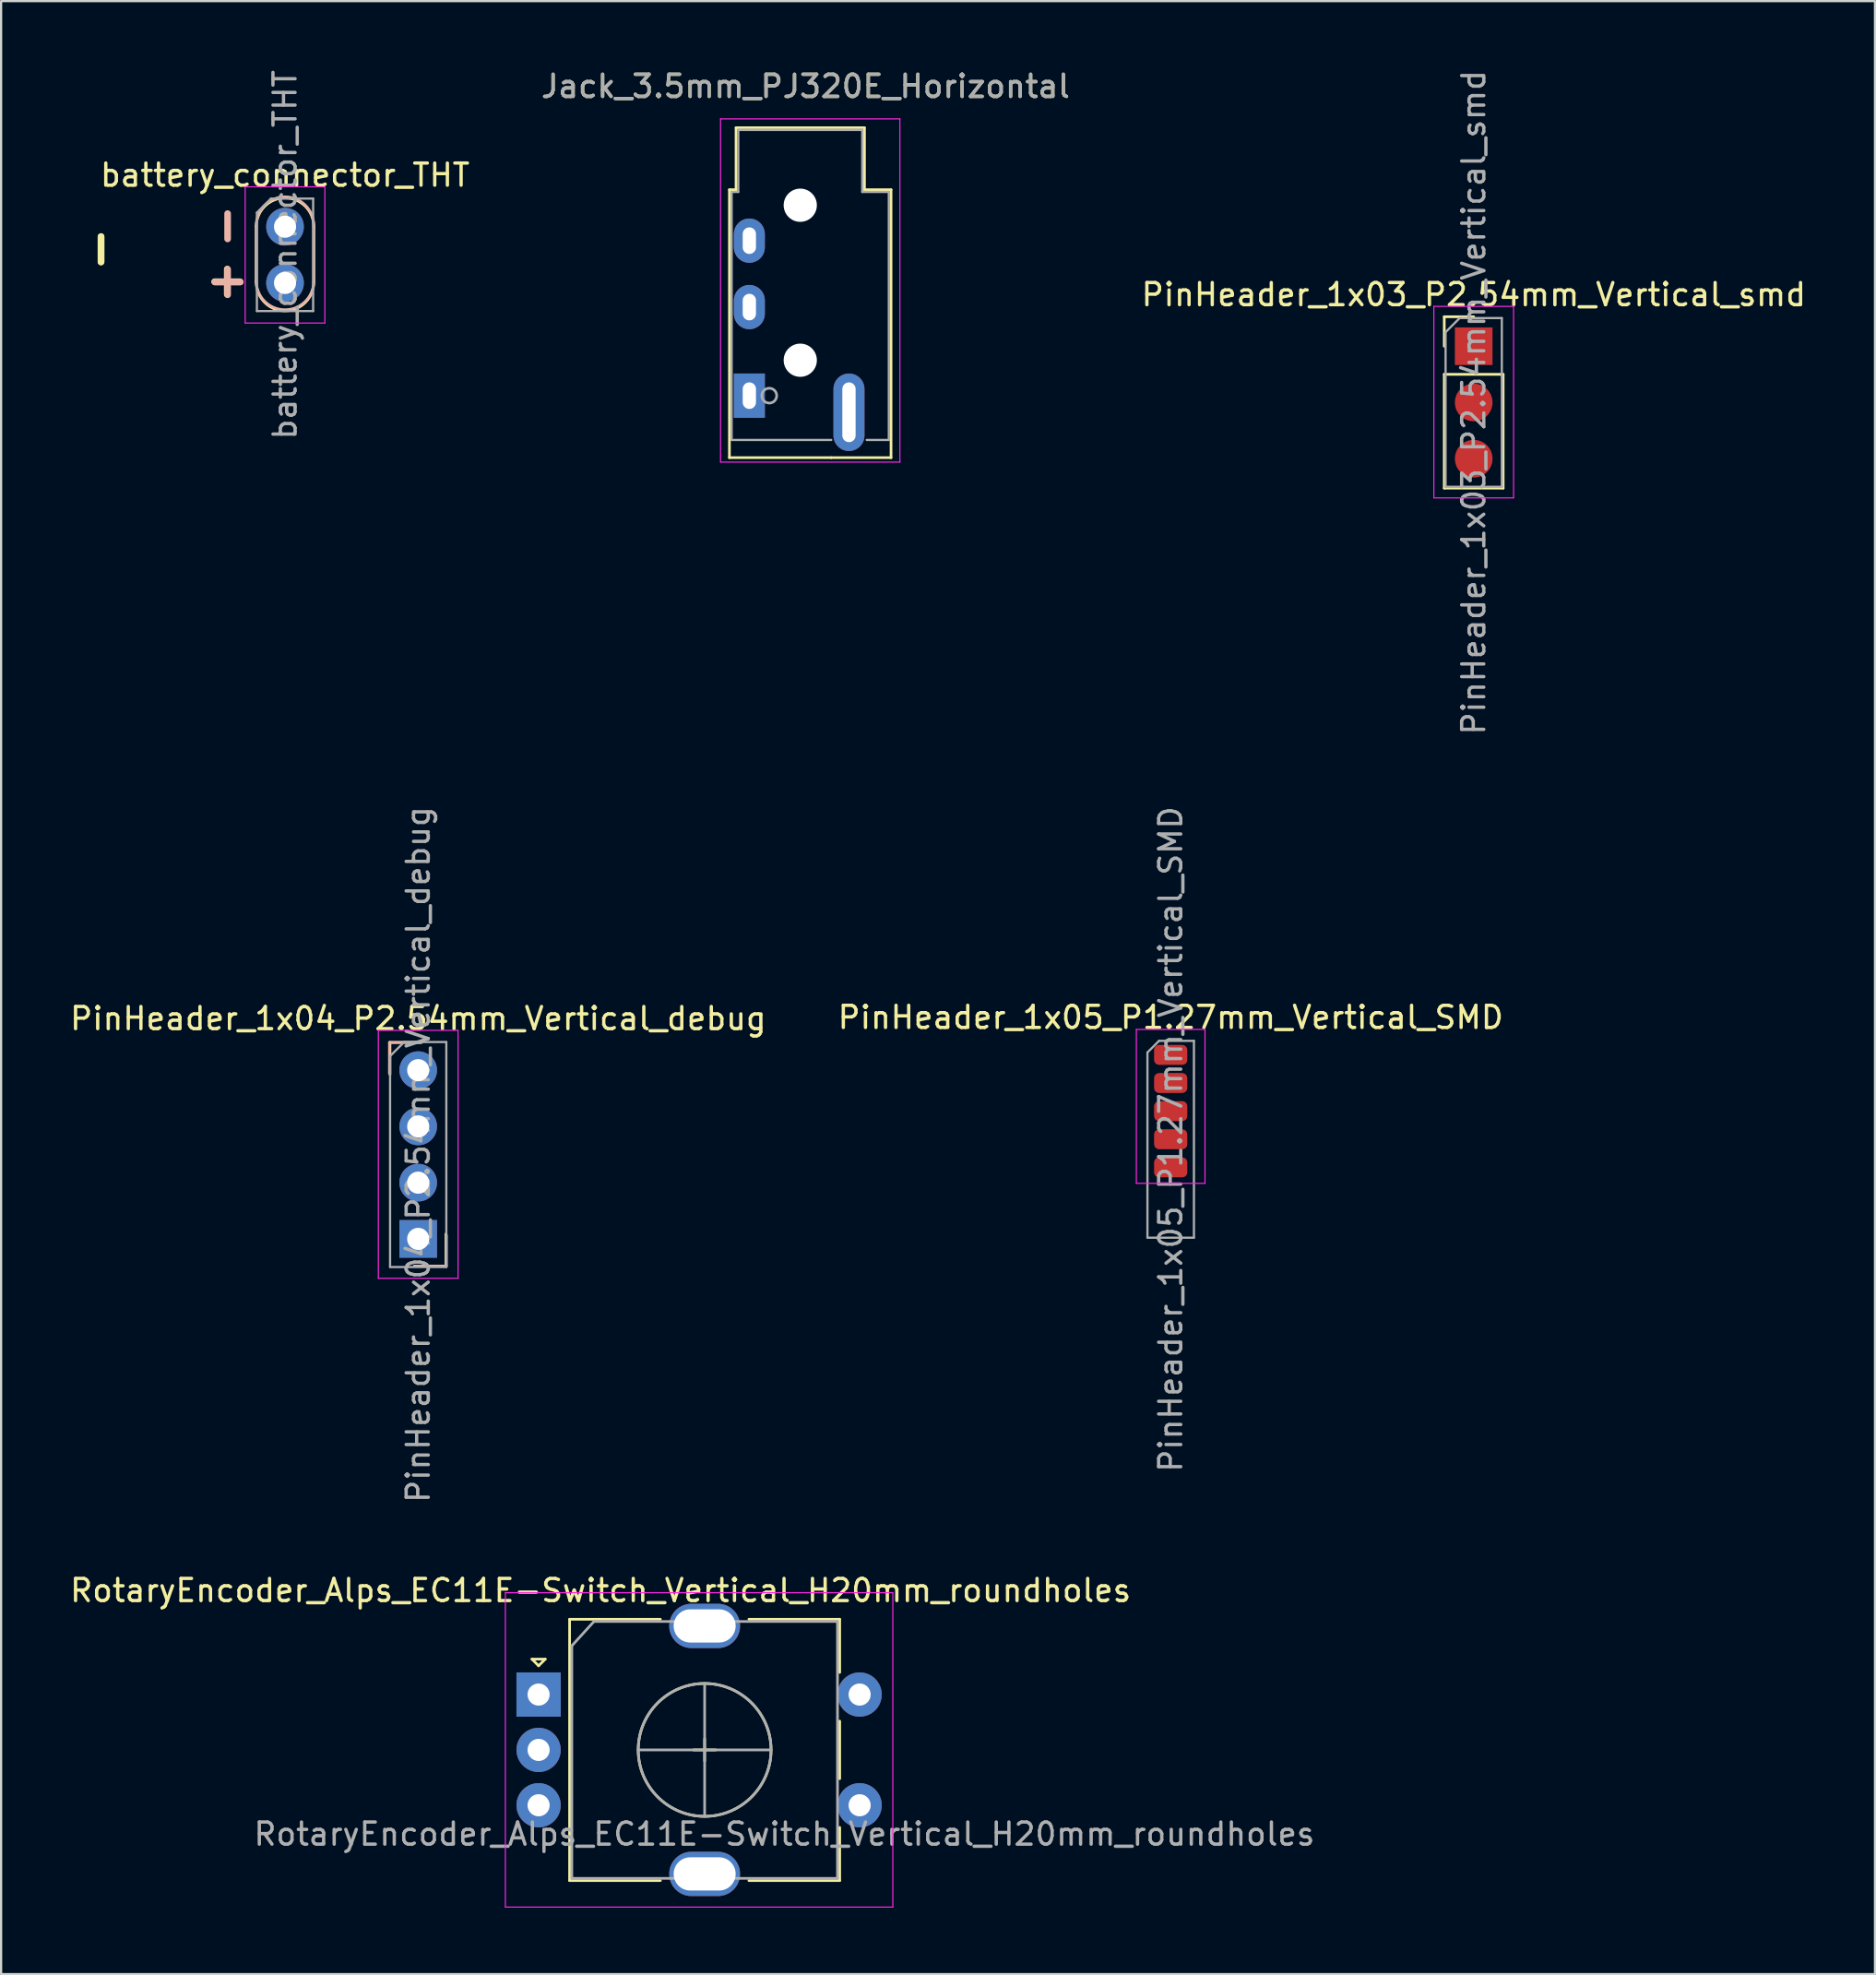
<source format=kicad_pcb>
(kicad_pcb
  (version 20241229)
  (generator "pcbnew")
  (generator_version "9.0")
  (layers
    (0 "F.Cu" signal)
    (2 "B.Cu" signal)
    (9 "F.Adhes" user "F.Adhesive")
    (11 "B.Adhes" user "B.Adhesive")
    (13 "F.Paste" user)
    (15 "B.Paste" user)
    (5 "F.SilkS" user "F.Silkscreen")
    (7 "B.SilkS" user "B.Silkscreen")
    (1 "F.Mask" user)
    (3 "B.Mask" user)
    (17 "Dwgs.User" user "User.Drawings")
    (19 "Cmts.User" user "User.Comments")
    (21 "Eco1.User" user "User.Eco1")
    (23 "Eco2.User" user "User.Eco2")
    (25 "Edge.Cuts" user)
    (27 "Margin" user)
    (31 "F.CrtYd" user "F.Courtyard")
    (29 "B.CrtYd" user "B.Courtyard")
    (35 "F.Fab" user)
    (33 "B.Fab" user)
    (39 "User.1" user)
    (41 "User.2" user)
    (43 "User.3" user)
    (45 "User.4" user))
  (footprint "Jack_3.5mm_PJ320E_Horizontal"
    (layer "F.Cu")
    (at 30.796 14.818)
    (property "Reference" "Jack_3.5mm_PJ320E_Horizontal" (at 2.54 -13.97 0) (layer "F.SilkS") (effects (font (size 1 1) (thickness 0.15))))
    (attr through_hole)
    (fp_line (start -0.9 -9.3) (end -0.9 2.8) (stroke (width 0.12) (type solid)) (layer "F.SilkS"))
    (fp_line (start -0.9 -9.3) (end -0.6 -9.3) (stroke (width 0.12) (type solid)) (layer "F.SilkS"))
    (fp_line (start -0.9 2.8) (end 3.7 2.8) (stroke (width 0.12) (type solid)) (layer "F.SilkS"))
    (fp_line (start -0.6 -9.3) (end -0.6 -12.1) (stroke (width 0.12) (type solid)) (layer "F.SilkS"))
    (fp_line (start 5.2 -12.1) (end -0.6 -12.1) (stroke (width 0.12) (type solid)) (layer "F.SilkS"))
    (fp_line (start 5.2 -9.3) (end 5.2 -12.1) (stroke (width 0.12) (type solid)) (layer "F.SilkS"))
    (fp_line (start 5.2 -9.3) (end 6.4 -9.3) (stroke (width 0.12) (type solid)) (layer "F.SilkS"))
    (fp_line (start 6.4 -9.3) (end 6.4 2.8) (stroke (width 0.12) (type solid)) (layer "F.SilkS"))
    (fp_line (start 6.4 2.8) (end 3.7 2.8) (stroke (width 0.12) (type solid)) (layer "F.SilkS"))
    (fp_line (start -1.3 -12.5) (end -1.3 3) (stroke (width 0.05) (type solid)) (layer "F.CrtYd"))
    (fp_line (start -1.3 -12.5) (end 6.8 -12.5) (stroke (width 0.05) (type solid)) (layer "F.CrtYd"))
    (fp_line (start -1.3 3) (end 6.8 3) (stroke (width 0.05) (type solid)) (layer "F.CrtYd"))
    (fp_line (start 6.8 -12.5) (end 6.8 3) (stroke (width 0.05) (type solid)) (layer "F.CrtYd"))
    (fp_line (start -0.8 -9.2) (end -0.5 -9.2) (stroke (width 0.1) (type solid)) (layer "F.Fab"))
    (fp_line (start -0.8 2) (end -0.8 -9.2) (stroke (width 0.1) (type solid)) (layer "F.Fab"))
    (fp_line (start -0.5 -12) (end 5.1 -12) (stroke (width 0.1) (type solid)) (layer "F.Fab"))
    (fp_line (start -0.5 -9.2) (end -0.5 -12) (stroke (width 0.1) (type solid)) (layer "F.Fab"))
    (fp_line (start 3.7 2) (end -0.8 2) (stroke (width 0.1) (type solid)) (layer "F.Fab"))
    (fp_line (start 5.1 -12) (end 5.1 -9.2) (stroke (width 0.1) (type solid)) (layer "F.Fab"))
    (fp_line (start 5.1 -9.2) (end 6.3 -9.2) (stroke (width 0.1) (type solid)) (layer "F.Fab"))
    (fp_line (start 6.3 -9.2) (end 6.3 2) (stroke (width 0.1) (type solid)) (layer "F.Fab"))
    (fp_line (start 6.3 2) (end 5.3 2) (stroke (width 0.1) (type solid)) (layer "F.Fab"))
    (fp_circle (center 0.9 0) (end 1.2 0.15) (stroke (width 0.12) (type solid)) (fill no) (layer "F.Fab"))
    (fp_text user "${REFERENCE}" (at 2.54 -13.97 0) (layer "F.Fab") (effects (font (size 1 1) (thickness 0.15))))
    (pad "" np_thru_hole oval (at 2.3 -8.6 270) (size 1.5 1.5) (drill oval 1.5) (layers "*.Cu" "*.Mask"))
    (pad "" np_thru_hole oval (at 2.3 -1.6 270) (size 1.5 1.5) (drill oval 1.5) (layers "*.Cu" "*.Mask"))
    (pad "R1" thru_hole oval (at 0 -4 270) (size 2 1.4) (drill oval 1.2 0.6) (layers "*.Cu" "*.Mask"))
    (pad "R2" thru_hole oval (at 0 -7 270) (size 2 1.4) (drill oval 1.2 0.6) (layers "*.Cu" "*.Mask"))
    (pad "S" thru_hole oval (at 4.5 0.75 270) (size 3.5 1.4) (drill oval 2.7 0.6) (layers "*.Cu" "*.Mask"))
    (pad "T" thru_hole rect (at 0 0 270) (size 2 1.4) (drill oval 1.2 0.6) (layers "*.Cu" "*.Mask")))
  (footprint "PinHeader_1x04_P2.54mm_Vertical_debug"
    (layer "F.Cu")
    (at 15.839 45.279)
    (property "Reference" "PinHeader_1x04_P2.54mm_Vertical_debug" (at 0 -2.33 0) (layer "F.SilkS") (effects (font (size 1 1) (thickness 0.15))))
    (attr through_hole)
    (fp_line (start -1.275 -1.252) (end -1.275 0.198) (stroke (width 0.12) (type solid)) (layer "F.SilkS"))
    (fp_line (start -1.275 -1.252) (end 0.125 -1.252) (stroke (width 0.12) (type solid)) (layer "F.SilkS"))
    (fp_line (start 1.25 8.85) (end -0.15 8.85) (stroke (width 0.12) (type solid)) (layer "F.SilkS"))
    (fp_line (start 1.25 8.85) (end 1.25 7.4) (stroke (width 0.12) (type solid)) (layer "F.SilkS"))
    (fp_line (start -1.3 -1.25) (end -1.3 0.15) (stroke (width 0.12) (type solid)) (layer "B.SilkS"))
    (fp_line (start -1.3 -1.25) (end 0.15 -1.25) (stroke (width 0.12) (type solid)) (layer "B.SilkS"))
    (fp_line (start 1.275 8.848) (end -0.175 8.848) (stroke (width 0.12) (type solid)) (layer "B.SilkS"))
    (fp_line (start 1.275 8.848) (end 1.275 7.448) (stroke (width 0.12) (type solid)) (layer "B.SilkS"))
    (fp_line (start -1.8 -1.8) (end -1.8 9.4) (stroke (width 0.05) (type solid)) (layer "F.CrtYd"))
    (fp_line (start -1.8 9.4) (end 1.8 9.4) (stroke (width 0.05) (type solid)) (layer "F.CrtYd"))
    (fp_line (start 1.8 -1.8) (end -1.8 -1.8) (stroke (width 0.05) (type solid)) (layer "F.CrtYd"))
    (fp_line (start 1.8 9.4) (end 1.8 -1.8) (stroke (width 0.05) (type solid)) (layer "F.CrtYd"))
    (fp_line (start -1.27 -0.635) (end -0.635 -1.27) (stroke (width 0.1) (type solid)) (layer "F.Fab"))
    (fp_line (start -1.27 8.89) (end -1.27 -0.635) (stroke (width 0.1) (type solid)) (layer "F.Fab"))
    (fp_line (start -0.635 -1.27) (end 1.27 -1.27) (stroke (width 0.1) (type solid)) (layer "F.Fab"))
    (fp_line (start 1.27 -1.27) (end 1.27 8.89) (stroke (width 0.1) (type solid)) (layer "F.Fab"))
    (fp_line (start 1.27 8.89) (end -1.27 8.89) (stroke (width 0.1) (type solid)) (layer "F.Fab"))
    (fp_text user "${REFERENCE}" (at 0 3.81 270) (layer "F.Fab") (effects (font (size 1 1) (thickness 0.15))))
    (pad "1" thru_hole circle (at 0 0) (size 1.7 1.7) (drill 1) (layers "*.Cu" "*.Mask"))
    (pad "2" thru_hole oval (at 0 2.54) (size 1.7 1.7) (drill 1) (layers "*.Cu" "*.Mask"))
    (pad "3" thru_hole oval (at 0 5.08) (size 1.7 1.7) (drill 1) (layers "*.Cu" "*.Mask"))
    (pad "4" thru_hole rect (at 0 7.62) (size 1.7 1.7) (drill 1) (layers "*.Cu" "*.Mask")))
  (footprint "PinHeader_1x05_P1.27mm_Vertical_SMD"
    (layer "F.Cu")
    (at 49.827 44.589)
    (property "Reference" "PinHeader_1x05_P1.27mm_Vertical_SMD" (at 0 -1.695 0) (layer "F.SilkS") (effects (font (size 1 1) (thickness 0.15))))
    (attr through_hole)
    (fp_line (start -1.55 -1.15) (end -1.55 5.8) (stroke (width 0.05) (type solid)) (layer "F.CrtYd"))
    (fp_line (start -1.55 5.8) (end 1.55 5.8) (stroke (width 0.05) (type solid)) (layer "F.CrtYd"))
    (fp_line (start 1.55 -1.15) (end -1.55 -1.15) (stroke (width 0.05) (type solid)) (layer "F.CrtYd"))
    (fp_line (start 1.55 5.8) (end 1.55 -1.15) (stroke (width 0.05) (type solid)) (layer "F.CrtYd"))
    (fp_line (start -1.05 -0.11) (end -0.525 -0.635) (stroke (width 0.1) (type solid)) (layer "F.Fab"))
    (fp_line (start -1.05 8.255) (end -1.05 -0.11) (stroke (width 0.1) (type solid)) (layer "F.Fab"))
    (fp_line (start -0.525 -0.635) (end 1.05 -0.635) (stroke (width 0.1) (type solid)) (layer "F.Fab"))
    (fp_line (start 1.05 -0.635) (end 1.05 8.255) (stroke (width 0.1) (type solid)) (layer "F.Fab"))
    (fp_line (start 1.05 8.255) (end -1.05 8.255) (stroke (width 0.1) (type solid)) (layer "F.Fab"))
    (fp_text user "${REFERENCE}" (at 0 3.81 90) (layer "F.Fab") (effects (font (size 1 1) (thickness 0.15))))
    (pad "1" smd roundrect (at 0 0) (size 1.5 0.9) (layers "F.Cu" "F.Mask" "F.Paste") (roundrect_rratio 0.25))
    (pad "2" smd roundrect (at 0 1.27) (size 1.5 0.9) (layers "F.Cu" "F.Mask" "F.Paste") (roundrect_rratio 0.25))
    (pad "3" smd roundrect (at 0 2.54) (size 1.5 0.9) (layers "F.Cu" "F.Mask" "F.Paste") (roundrect_rratio 0.25))
    (pad "4" smd roundrect (at 0 3.81) (size 1.5 0.9) (layers "F.Cu" "F.Mask" "F.Paste") (roundrect_rratio 0.25))
    (pad "5" smd roundrect (at 0 5.08) (size 1.5 0.9) (layers "F.Cu" "F.Mask" "F.Paste") (roundrect_rratio 0.25)))
  (footprint "PinHeader_1x03_P2.54mm_Vertical_smd"
    (layer "F.Cu")
    (at 63.514 12.585)
    (property "Reference" "PinHeader_1x03_P2.54mm_Vertical_smd" (at 0 -2.33 0) (layer "F.SilkS") (effects (font (size 1 1) (thickness 0.15))))
    (attr through_hole)
    (fp_line (start -1.33 -1.33) (end 0 -1.33) (stroke (width 0.12) (type solid)) (layer "F.SilkS"))
    (fp_line (start -1.33 0) (end -1.33 -1.33) (stroke (width 0.12) (type solid)) (layer "F.SilkS"))
    (fp_line (start -1.33 1.27) (end -1.33 6.41) (stroke (width 0.12) (type solid)) (layer "F.SilkS"))
    (fp_line (start -1.33 1.27) (end 1.33 1.27) (stroke (width 0.12) (type solid)) (layer "F.SilkS"))
    (fp_line (start -1.33 6.41) (end 1.33 6.41) (stroke (width 0.12) (type solid)) (layer "F.SilkS"))
    (fp_line (start 1.33 1.27) (end 1.33 6.41) (stroke (width 0.12) (type solid)) (layer "F.SilkS"))
    (fp_line (start -1.8 -1.8) (end -1.8 6.85) (stroke (width 0.05) (type solid)) (layer "F.CrtYd"))
    (fp_line (start -1.8 6.85) (end 1.8 6.85) (stroke (width 0.05) (type solid)) (layer "F.CrtYd"))
    (fp_line (start 1.8 -1.8) (end -1.8 -1.8) (stroke (width 0.05) (type solid)) (layer "F.CrtYd"))
    (fp_line (start 1.8 6.85) (end 1.8 -1.8) (stroke (width 0.05) (type solid)) (layer "F.CrtYd"))
    (fp_line (start -1.27 -0.635) (end -0.635 -1.27) (stroke (width 0.1) (type solid)) (layer "F.Fab"))
    (fp_line (start -1.27 6.35) (end -1.27 -0.635) (stroke (width 0.1) (type solid)) (layer "F.Fab"))
    (fp_line (start -0.635 -1.27) (end 1.27 -1.27) (stroke (width 0.1) (type solid)) (layer "F.Fab"))
    (fp_line (start 1.27 -1.27) (end 1.27 6.35) (stroke (width 0.1) (type solid)) (layer "F.Fab"))
    (fp_line (start 1.27 6.35) (end -1.27 6.35) (stroke (width 0.1) (type solid)) (layer "F.Fab"))
    (fp_text user "${REFERENCE}" (at 0 2.54 90) (layer "F.Fab") (effects (font (size 1 1) (thickness 0.15))))
    (pad "1" smd rect (at 0 0) (size 1.7 1.7) (layers "F.Cu" "F.Mask" "F.Paste"))
    (pad "2" smd oval (at 0 2.54) (size 1.7 1.7) (layers "F.Cu" "F.Mask" "F.Paste"))
    (pad "3" smd oval (at 0 5.08) (size 1.7 1.7) (layers "F.Cu" "F.Mask" "F.Paste")))
  (footprint "RotaryEncoder_Alps_EC11E-Switch_Vertical_H20mm_roundholes"
    (layer "F.Cu")
    (at 21.277 73.477)
    (property "Reference" "RotaryEncoder_Alps_EC11E-Switch_Vertical_H20mm_roundholes" (at 2.8 -4.7 0) (layer "F.SilkS") (effects (font (size 1 1) (thickness 0.15))))
    (attr through_hole)
    (fp_line (start -0.3 -1.6) (end 0.3 -1.6) (stroke (width 0.12) (type solid)) (layer "F.SilkS"))
    (fp_line (start 0 -1.3) (end -0.3 -1.6) (stroke (width 0.12) (type solid)) (layer "F.SilkS"))
    (fp_line (start 0.3 -1.6) (end 0 -1.3) (stroke (width 0.12) (type solid)) (layer "F.SilkS"))
    (fp_line (start 1.4 -3.4) (end 1.4 8.4) (stroke (width 0.12) (type solid)) (layer "F.SilkS"))
    (fp_line (start 5.5 -3.4) (end 1.4 -3.4) (stroke (width 0.12) (type solid)) (layer "F.SilkS"))
    (fp_line (start 5.5 8.4) (end 1.4 8.4) (stroke (width 0.12) (type solid)) (layer "F.SilkS"))
    (fp_line (start 7 2.5) (end 8 2.5) (stroke (width 0.12) (type solid)) (layer "F.SilkS"))
    (fp_line (start 7.5 2) (end 7.5 3) (stroke (width 0.12) (type solid)) (layer "F.SilkS"))
    (fp_line (start 9.5 -3.4) (end 13.6 -3.4) (stroke (width 0.12) (type solid)) (layer "F.SilkS"))
    (fp_line (start 13.6 -3.4) (end 13.6 -1) (stroke (width 0.12) (type solid)) (layer "F.SilkS"))
    (fp_line (start 13.6 1.2) (end 13.6 3.8) (stroke (width 0.12) (type solid)) (layer "F.SilkS"))
    (fp_line (start 13.6 6) (end 13.6 8.4) (stroke (width 0.12) (type solid)) (layer "F.SilkS"))
    (fp_line (start 13.6 8.4) (end 9.5 8.4) (stroke (width 0.12) (type solid)) (layer "F.SilkS"))
    (fp_circle (center 7.5 2.5) (end 10.5 2.5) (stroke (width 0.12) (type solid)) (fill no) (layer "F.SilkS"))
    (fp_line (start -1.5 -4.6) (end -1.5 9.6) (stroke (width 0.05) (type solid)) (layer "F.CrtYd"))
    (fp_line (start -1.5 -4.6) (end 16 -4.6) (stroke (width 0.05) (type solid)) (layer "F.CrtYd"))
    (fp_line (start 16 9.6) (end -1.5 9.6) (stroke (width 0.05) (type solid)) (layer "F.CrtYd"))
    (fp_line (start 16 9.6) (end 16 -4.6) (stroke (width 0.05) (type solid)) (layer "F.CrtYd"))
    (fp_line (start 1.5 -2.2) (end 2.5 -3.3) (stroke (width 0.12) (type solid)) (layer "F.Fab"))
    (fp_line (start 1.5 8.3) (end 1.5 -2.2) (stroke (width 0.12) (type solid)) (layer "F.Fab"))
    (fp_line (start 2.5 -3.3) (end 13.5 -3.3) (stroke (width 0.12) (type solid)) (layer "F.Fab"))
    (fp_line (start 4.5 2.5) (end 10.5 2.5) (stroke (width 0.12) (type solid)) (layer "F.Fab"))
    (fp_line (start 7.5 -0.5) (end 7.5 5.5) (stroke (width 0.12) (type solid)) (layer "F.Fab"))
    (fp_line (start 13.5 -3.3) (end 13.5 8.3) (stroke (width 0.12) (type solid)) (layer "F.Fab"))
    (fp_line (start 13.5 8.3) (end 1.5 8.3) (stroke (width 0.12) (type solid)) (layer "F.Fab"))
    (fp_circle (center 7.5 2.5) (end 10.5 2.5) (stroke (width 0.12) (type solid)) (fill no) (layer "F.Fab"))
    (fp_text user "${REFERENCE}" (at 11.1 6.3 0) (layer "F.Fab") (effects (font (size 1 1) (thickness 0.15))))
    (pad "A" thru_hole rect (at 0 0) (size 2 2) (drill 1) (layers "*.Cu" "*.Mask"))
    (pad "B" thru_hole circle (at 0 5) (size 2 2) (drill 1) (layers "*.Cu" "*.Mask"))
    (pad "C" thru_hole circle (at 0 2.5) (size 2 2) (drill 1) (layers "*.Cu" "*.Mask"))
    (pad "MP" thru_hole oval (at 7.5 -3.1) (size 3.2 2) (drill oval 2.8 1.5) (layers "*.Cu" "*.Mask"))
    (pad "MP" thru_hole oval (at 7.5 8.1) (size 3.2 2) (drill oval 2.8 1.5) (layers "*.Cu" "*.Mask"))
    (pad "S1" thru_hole circle (at 14.5 5) (size 2 2) (drill 1) (layers "*.Cu" "*.Mask"))
    (pad "S2" thru_hole circle (at 14.5 0) (size 2 2) (drill 1) (layers "*.Cu" "*.Mask")))
  (footprint "battery_connector_THT"
    (layer "F.Cu")
    (at 9.824 7.188)
    (property "Reference" "battery_connector_THT" (at 0 -2.33 180) (layer "F.SilkS") (effects (font (size 1 1) (thickness 0.15))))
    (attr through_hole)
    (fp_line (start -1.3 2.5) (end -1.3 0) (stroke (width 0.12) (type solid)) (layer "F.SilkS"))
    (fp_line (start 1.3 0) (end 1.3 2.5) (stroke (width 0.12) (type solid)) (layer "F.SilkS"))
    (fp_arc (start -1.3 0) (mid 0 -1.3) (end 1.3 0) (stroke (width 0.12) (type solid)) (layer "F.SilkS"))
    (fp_arc (start 1.3 2.5) (mid 0 3.8) (end -1.3 2.5) (stroke (width 0.12) (type solid)) (layer "F.SilkS"))
    (fp_line (start -1.3 -0.05) (end -1.3 2.45) (stroke (width 0.12) (type solid)) (layer "B.SilkS"))
    (fp_line (start 1.3 2.45) (end 1.3 -0.05) (stroke (width 0.12) (type solid)) (layer "B.SilkS"))
    (fp_arc (start -1.3 -0.05) (mid 0 -1.35) (end 1.3 -0.05) (stroke (width 0.12) (type solid)) (layer "B.SilkS"))
    (fp_arc (start 1.3 2.45) (mid 0 3.75) (end -1.3 2.45) (stroke (width 0.12) (type solid)) (layer "B.SilkS"))
    (fp_line (start -1.8 -1.8) (end -1.8 4.35) (stroke (width 0.05) (type solid)) (layer "F.CrtYd"))
    (fp_line (start -1.8 4.35) (end 1.8 4.35) (stroke (width 0.05) (type solid)) (layer "F.CrtYd"))
    (fp_line (start 1.8 -1.8) (end -1.8 -1.8) (stroke (width 0.05) (type solid)) (layer "F.CrtYd"))
    (fp_line (start 1.8 4.35) (end 1.8 -1.8) (stroke (width 0.05) (type solid)) (layer "F.CrtYd"))
    (fp_line (start -1.27 -0.635) (end -0.635 -1.27) (stroke (width 0.1) (type solid)) (layer "F.Fab"))
    (fp_line (start -1.27 3.81) (end -1.27 -0.635) (stroke (width 0.1) (type solid)) (layer "F.Fab"))
    (fp_line (start -0.635 -1.27) (end 1.27 -1.27) (stroke (width 0.1) (type solid)) (layer "F.Fab"))
    (fp_line (start 1.27 -1.27) (end 1.27 3.81) (stroke (width 0.1) (type solid)) (layer "F.Fab"))
    (fp_line (start 1.27 3.81) (end -1.27 3.81) (stroke (width 0.1) (type solid)) (layer "F.Fab"))
    (fp_text user "-" (at -8.42 1.025 90) (layer "F.SilkS") (effects (font (size 1.5 1.5) (thickness 0.3)) (justify mirror)))
    (fp_text user "-" (at -8.415 1.015 90) (layer "F.SilkS") (effects (font (size 1.5 1.5) (thickness 0.3))))
    (fp_text user "+" (at -2.715 2.485 90) (layer "F.SilkS") (effects (font (size 1.5 1.5) (thickness 0.3))))
    (fp_text user "-" (at -2.7 -0.02 90) (layer "B.SilkS") (effects (font (size 1.5 1.5) (thickness 0.3)) (justify mirror)))
    (fp_text user "+" (at -2.7 2.5 90) (layer "B.SilkS") (effects (font (size 1.5 1.5) (thickness 0.3)) (justify mirror)))
    (fp_text user "${REFERENCE}" (at 0 1.27 90) (layer "F.Fab") (effects (font (size 1 1) (thickness 0.15))))
    (pad "+" thru_hole oval (at 0 2.54) (size 1.7 1.7) (drill 1) (layers "*.Cu" "*.Mask"))
    (pad "-" thru_hole circle (at 0 0) (size 1.7 1.7) (drill 1) (layers "*.Cu" "*.Mask")))
  (gr_rect
    (start -3 -3)
    (end 81.639 86.102)
    (stroke (width 0.1) (type default))
    (fill no)
    (layer "Edge.Cuts")))
</source>
